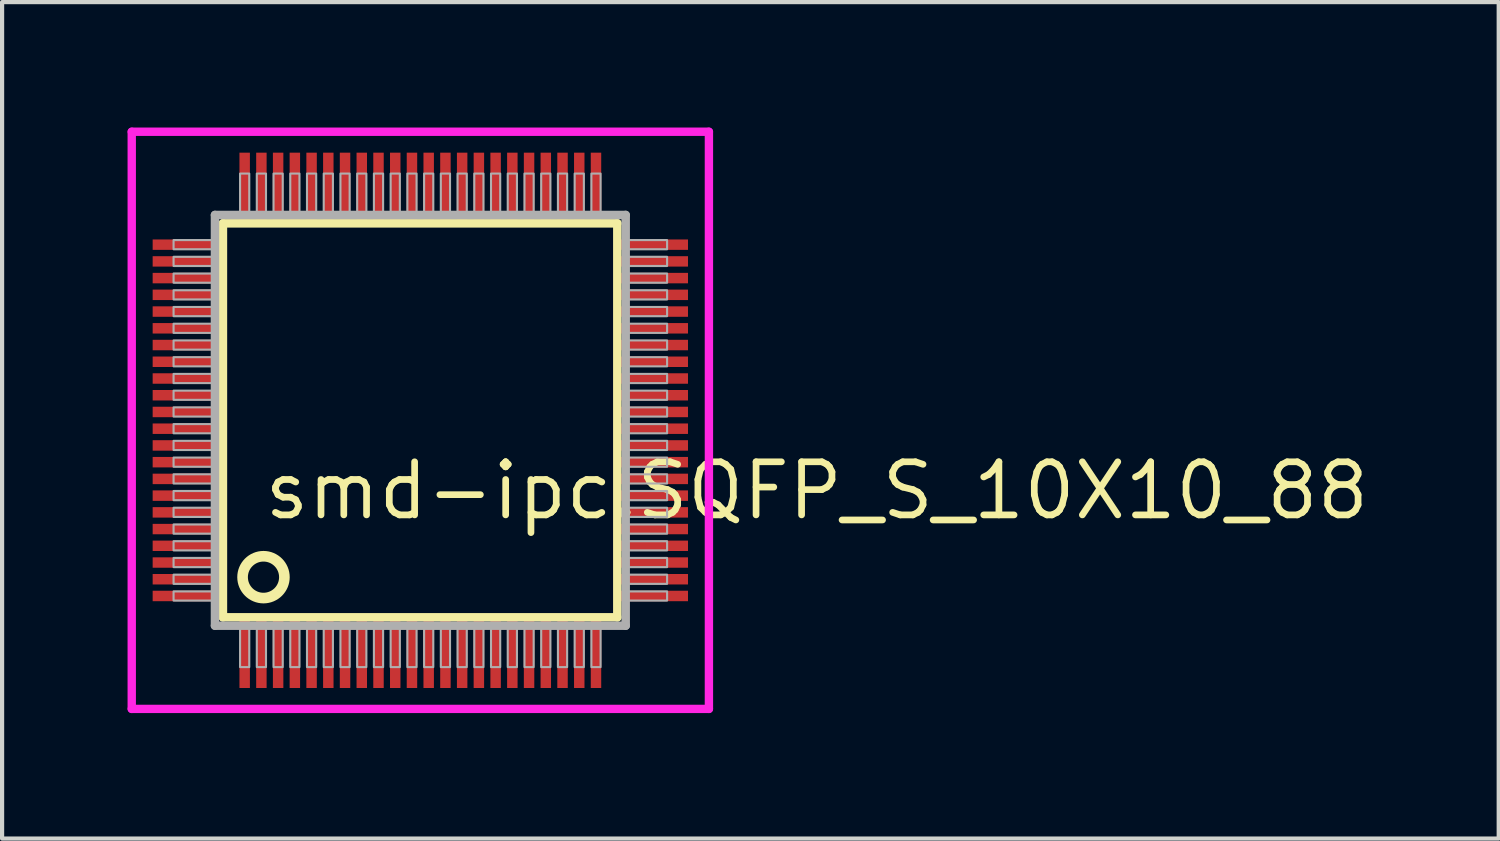
<source format=kicad_pcb>
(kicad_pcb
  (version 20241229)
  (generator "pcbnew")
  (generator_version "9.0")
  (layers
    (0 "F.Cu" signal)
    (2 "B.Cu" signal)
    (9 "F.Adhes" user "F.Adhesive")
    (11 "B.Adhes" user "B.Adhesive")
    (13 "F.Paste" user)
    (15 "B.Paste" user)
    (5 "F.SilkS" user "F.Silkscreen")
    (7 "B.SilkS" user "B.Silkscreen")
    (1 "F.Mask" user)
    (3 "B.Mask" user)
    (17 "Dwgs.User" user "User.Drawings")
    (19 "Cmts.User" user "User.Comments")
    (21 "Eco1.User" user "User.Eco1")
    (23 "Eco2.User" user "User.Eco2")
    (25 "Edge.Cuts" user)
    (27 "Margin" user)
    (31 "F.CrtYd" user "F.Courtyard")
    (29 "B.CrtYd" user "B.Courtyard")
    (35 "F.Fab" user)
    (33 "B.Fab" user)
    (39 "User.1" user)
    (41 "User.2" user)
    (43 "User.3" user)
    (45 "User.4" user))
  (footprint "smd-ipc.SQFP_S_10X10_88"
    (layer "F.Cu")
    (at 7 7)
    (property "Reference" "smd-ipc.SQFP_S_10X10_88" (at -3.81 2.425 0) (layer "F.SilkS") (effects (font (size 1.27 1.27) (thickness 0.16)) (justify left bottom)))
    (attr smd)
    (fp_line (start -4.72 -4.71) (end 4.71 -4.71) (stroke (width 0.203) (type default)) (layer "F.SilkS"))
    (fp_line (start -4.72 4.71) (end -4.72 -4.71) (stroke (width 0.203) (type default)) (layer "F.SilkS"))
    (fp_line (start 4.71 -4.71) (end 4.71 4.71) (stroke (width 0.203) (type default)) (layer "F.SilkS"))
    (fp_line (start 4.71 4.71) (end -4.72 4.71) (stroke (width 0.203) (type default)) (layer "F.SilkS"))
    (fp_circle (center -3.75 3.75) (end -3.25 3.75) (stroke (width 0.254) (type default)) (fill no) (layer "F.SilkS"))
    (fp_line (start -6.9 -6.9) (end 6.9 -6.9) (stroke (width 0.2) (type default)) (layer "F.CrtYd"))
    (fp_line (start -6.9 6.9) (end -6.9 -6.9) (stroke (width 0.2) (type default)) (layer "F.CrtYd"))
    (fp_line (start 6.9 -6.9) (end 6.9 6.9) (stroke (width 0.2) (type default)) (layer "F.CrtYd"))
    (fp_line (start 6.9 6.9) (end -6.9 6.9) (stroke (width 0.2) (type default)) (layer "F.CrtYd"))
    (fp_line (start -4.91 -4.91) (end -4.91 4.91) (stroke (width 0.203) (type default)) (layer "F.Fab"))
    (fp_line (start -4.91 4.91) (end 4.91 4.91) (stroke (width 0.203) (type default)) (layer "F.Fab"))
    (fp_line (start 4.91 -4.91) (end -4.91 -4.91) (stroke (width 0.203) (type default)) (layer "F.Fab"))
    (fp_line (start 4.91 4.91) (end 4.91 -4.91) (stroke (width 0.203) (type default)) (layer "F.Fab"))
    (fp_rect (start -5.9 -4.09) (end -4.95 -4.31) (stroke (width 0.05) (type default)) (fill no) (layer "F.Fab"))
    (fp_rect (start -5.9 -3.69) (end -4.95 -3.91) (stroke (width 0.05) (type default)) (fill no) (layer "F.Fab"))
    (fp_rect (start -5.9 -3.29) (end -4.95 -3.51) (stroke (width 0.05) (type default)) (fill no) (layer "F.Fab"))
    (fp_rect (start -5.9 -2.89) (end -4.95 -3.11) (stroke (width 0.05) (type default)) (fill no) (layer "F.Fab"))
    (fp_rect (start -5.9 -2.49) (end -4.95 -2.71) (stroke (width 0.05) (type default)) (fill no) (layer "F.Fab"))
    (fp_rect (start -5.9 -2.09) (end -4.95 -2.31) (stroke (width 0.05) (type default)) (fill no) (layer "F.Fab"))
    (fp_rect (start -5.9 -1.69) (end -4.95 -1.91) (stroke (width 0.05) (type default)) (fill no) (layer "F.Fab"))
    (fp_rect (start -5.9 -1.29) (end -4.95 -1.51) (stroke (width 0.05) (type default)) (fill no) (layer "F.Fab"))
    (fp_rect (start -5.9 -0.89) (end -4.95 -1.11) (stroke (width 0.05) (type default)) (fill no) (layer "F.Fab"))
    (fp_rect (start -5.9 -0.49) (end -4.95 -0.71) (stroke (width 0.05) (type default)) (fill no) (layer "F.Fab"))
    (fp_rect (start -5.9 -0.09) (end -4.95 -0.31) (stroke (width 0.05) (type default)) (fill no) (layer "F.Fab"))
    (fp_rect (start -5.9 0.31) (end -4.95 0.09) (stroke (width 0.05) (type default)) (fill no) (layer "F.Fab"))
    (fp_rect (start -5.9 0.71) (end -4.95 0.49) (stroke (width 0.05) (type default)) (fill no) (layer "F.Fab"))
    (fp_rect (start -5.9 1.11) (end -4.95 0.89) (stroke (width 0.05) (type default)) (fill no) (layer "F.Fab"))
    (fp_rect (start -5.9 1.51) (end -4.95 1.29) (stroke (width 0.05) (type default)) (fill no) (layer "F.Fab"))
    (fp_rect (start -5.9 1.91) (end -4.95 1.69) (stroke (width 0.05) (type default)) (fill no) (layer "F.Fab"))
    (fp_rect (start -5.9 2.31) (end -4.95 2.09) (stroke (width 0.05) (type default)) (fill no) (layer "F.Fab"))
    (fp_rect (start -5.9 2.71) (end -4.95 2.49) (stroke (width 0.05) (type default)) (fill no) (layer "F.Fab"))
    (fp_rect (start -5.9 3.11) (end -4.95 2.89) (stroke (width 0.05) (type default)) (fill no) (layer "F.Fab"))
    (fp_rect (start -5.9 3.51) (end -4.95 3.29) (stroke (width 0.05) (type default)) (fill no) (layer "F.Fab"))
    (fp_rect (start -5.9 3.91) (end -4.95 3.69) (stroke (width 0.05) (type default)) (fill no) (layer "F.Fab"))
    (fp_rect (start -5.9 4.31) (end -4.95 4.09) (stroke (width 0.05) (type default)) (fill no) (layer "F.Fab"))
    (fp_rect (start -4.31 -4.95) (end -4.09 -5.9) (stroke (width 0.05) (type default)) (fill no) (layer "F.Fab"))
    (fp_rect (start -4.31 5.9) (end -4.09 4.95) (stroke (width 0.05) (type default)) (fill no) (layer "F.Fab"))
    (fp_rect (start -3.91 -4.95) (end -3.69 -5.9) (stroke (width 0.05) (type default)) (fill no) (layer "F.Fab"))
    (fp_rect (start -3.91 5.9) (end -3.69 4.95) (stroke (width 0.05) (type default)) (fill no) (layer "F.Fab"))
    (fp_rect (start -3.51 -4.95) (end -3.29 -5.9) (stroke (width 0.05) (type default)) (fill no) (layer "F.Fab"))
    (fp_rect (start -3.51 5.9) (end -3.29 4.95) (stroke (width 0.05) (type default)) (fill no) (layer "F.Fab"))
    (fp_rect (start -3.11 -4.95) (end -2.89 -5.9) (stroke (width 0.05) (type default)) (fill no) (layer "F.Fab"))
    (fp_rect (start -3.11 5.9) (end -2.89 4.95) (stroke (width 0.05) (type default)) (fill no) (layer "F.Fab"))
    (fp_rect (start -2.71 -4.95) (end -2.49 -5.9) (stroke (width 0.05) (type default)) (fill no) (layer "F.Fab"))
    (fp_rect (start -2.71 5.9) (end -2.49 4.95) (stroke (width 0.05) (type default)) (fill no) (layer "F.Fab"))
    (fp_rect (start -2.31 -4.95) (end -2.09 -5.9) (stroke (width 0.05) (type default)) (fill no) (layer "F.Fab"))
    (fp_rect (start -2.31 5.9) (end -2.09 4.95) (stroke (width 0.05) (type default)) (fill no) (layer "F.Fab"))
    (fp_rect (start -1.91 -4.95) (end -1.69 -5.9) (stroke (width 0.05) (type default)) (fill no) (layer "F.Fab"))
    (fp_rect (start -1.91 5.9) (end -1.69 4.95) (stroke (width 0.05) (type default)) (fill no) (layer "F.Fab"))
    (fp_rect (start -1.51 -4.95) (end -1.29 -5.9) (stroke (width 0.05) (type default)) (fill no) (layer "F.Fab"))
    (fp_rect (start -1.51 5.9) (end -1.29 4.95) (stroke (width 0.05) (type default)) (fill no) (layer "F.Fab"))
    (fp_rect (start -1.11 -4.95) (end -0.89 -5.9) (stroke (width 0.05) (type default)) (fill no) (layer "F.Fab"))
    (fp_rect (start -1.11 5.9) (end -0.89 4.95) (stroke (width 0.05) (type default)) (fill no) (layer "F.Fab"))
    (fp_rect (start -0.71 -4.95) (end -0.49 -5.9) (stroke (width 0.05) (type default)) (fill no) (layer "F.Fab"))
    (fp_rect (start -0.71 5.9) (end -0.49 4.95) (stroke (width 0.05) (type default)) (fill no) (layer "F.Fab"))
    (fp_rect (start -0.31 -4.95) (end -0.09 -5.9) (stroke (width 0.05) (type default)) (fill no) (layer "F.Fab"))
    (fp_rect (start -0.31 5.9) (end -0.09 4.95) (stroke (width 0.05) (type default)) (fill no) (layer "F.Fab"))
    (fp_rect (start 0.09 -4.95) (end 0.31 -5.9) (stroke (width 0.05) (type default)) (fill no) (layer "F.Fab"))
    (fp_rect (start 0.09 5.9) (end 0.31 4.95) (stroke (width 0.05) (type default)) (fill no) (layer "F.Fab"))
    (fp_rect (start 0.49 -4.95) (end 0.71 -5.9) (stroke (width 0.05) (type default)) (fill no) (layer "F.Fab"))
    (fp_rect (start 0.49 5.9) (end 0.71 4.95) (stroke (width 0.05) (type default)) (fill no) (layer "F.Fab"))
    (fp_rect (start 0.89 -4.95) (end 1.11 -5.9) (stroke (width 0.05) (type default)) (fill no) (layer "F.Fab"))
    (fp_rect (start 0.89 5.9) (end 1.11 4.95) (stroke (width 0.05) (type default)) (fill no) (layer "F.Fab"))
    (fp_rect (start 1.29 -4.95) (end 1.51 -5.9) (stroke (width 0.05) (type default)) (fill no) (layer "F.Fab"))
    (fp_rect (start 1.29 5.9) (end 1.51 4.95) (stroke (width 0.05) (type default)) (fill no) (layer "F.Fab"))
    (fp_rect (start 1.69 -4.95) (end 1.91 -5.9) (stroke (width 0.05) (type default)) (fill no) (layer "F.Fab"))
    (fp_rect (start 1.69 5.9) (end 1.91 4.95) (stroke (width 0.05) (type default)) (fill no) (layer "F.Fab"))
    (fp_rect (start 2.09 -4.95) (end 2.31 -5.9) (stroke (width 0.05) (type default)) (fill no) (layer "F.Fab"))
    (fp_rect (start 2.09 5.9) (end 2.31 4.95) (stroke (width 0.05) (type default)) (fill no) (layer "F.Fab"))
    (fp_rect (start 2.49 -4.95) (end 2.71 -5.9) (stroke (width 0.05) (type default)) (fill no) (layer "F.Fab"))
    (fp_rect (start 2.49 5.9) (end 2.71 4.95) (stroke (width 0.05) (type default)) (fill no) (layer "F.Fab"))
    (fp_rect (start 2.89 -4.95) (end 3.11 -5.9) (stroke (width 0.05) (type default)) (fill no) (layer "F.Fab"))
    (fp_rect (start 2.89 5.9) (end 3.11 4.95) (stroke (width 0.05) (type default)) (fill no) (layer "F.Fab"))
    (fp_rect (start 3.29 -4.95) (end 3.51 -5.9) (stroke (width 0.05) (type default)) (fill no) (layer "F.Fab"))
    (fp_rect (start 3.29 5.9) (end 3.51 4.95) (stroke (width 0.05) (type default)) (fill no) (layer "F.Fab"))
    (fp_rect (start 3.69 -4.95) (end 3.91 -5.9) (stroke (width 0.05) (type default)) (fill no) (layer "F.Fab"))
    (fp_rect (start 3.69 5.9) (end 3.91 4.95) (stroke (width 0.05) (type default)) (fill no) (layer "F.Fab"))
    (fp_rect (start 4.09 -4.95) (end 4.31 -5.9) (stroke (width 0.05) (type default)) (fill no) (layer "F.Fab"))
    (fp_rect (start 4.09 5.9) (end 4.31 4.95) (stroke (width 0.05) (type default)) (fill no) (layer "F.Fab"))
    (fp_rect (start 4.95 -4.09) (end 5.9 -4.31) (stroke (width 0.05) (type default)) (fill no) (layer "F.Fab"))
    (fp_rect (start 4.95 -3.69) (end 5.9 -3.91) (stroke (width 0.05) (type default)) (fill no) (layer "F.Fab"))
    (fp_rect (start 4.95 -3.29) (end 5.9 -3.51) (stroke (width 0.05) (type default)) (fill no) (layer "F.Fab"))
    (fp_rect (start 4.95 -2.89) (end 5.9 -3.11) (stroke (width 0.05) (type default)) (fill no) (layer "F.Fab"))
    (fp_rect (start 4.95 -2.49) (end 5.9 -2.71) (stroke (width 0.05) (type default)) (fill no) (layer "F.Fab"))
    (fp_rect (start 4.95 -2.09) (end 5.9 -2.31) (stroke (width 0.05) (type default)) (fill no) (layer "F.Fab"))
    (fp_rect (start 4.95 -1.69) (end 5.9 -1.91) (stroke (width 0.05) (type default)) (fill no) (layer "F.Fab"))
    (fp_rect (start 4.95 -1.29) (end 5.9 -1.51) (stroke (width 0.05) (type default)) (fill no) (layer "F.Fab"))
    (fp_rect (start 4.95 -0.89) (end 5.9 -1.11) (stroke (width 0.05) (type default)) (fill no) (layer "F.Fab"))
    (fp_rect (start 4.95 -0.49) (end 5.9 -0.71) (stroke (width 0.05) (type default)) (fill no) (layer "F.Fab"))
    (fp_rect (start 4.95 -0.09) (end 5.9 -0.31) (stroke (width 0.05) (type default)) (fill no) (layer "F.Fab"))
    (fp_rect (start 4.95 0.31) (end 5.9 0.09) (stroke (width 0.05) (type default)) (fill no) (layer "F.Fab"))
    (fp_rect (start 4.95 0.71) (end 5.9 0.49) (stroke (width 0.05) (type default)) (fill no) (layer "F.Fab"))
    (fp_rect (start 4.95 1.11) (end 5.9 0.89) (stroke (width 0.05) (type default)) (fill no) (layer "F.Fab"))
    (fp_rect (start 4.95 1.51) (end 5.9 1.29) (stroke (width 0.05) (type default)) (fill no) (layer "F.Fab"))
    (fp_rect (start 4.95 1.91) (end 5.9 1.69) (stroke (width 0.05) (type default)) (fill no) (layer "F.Fab"))
    (fp_rect (start 4.95 2.31) (end 5.9 2.09) (stroke (width 0.05) (type default)) (fill no) (layer "F.Fab"))
    (fp_rect (start 4.95 2.71) (end 5.9 2.49) (stroke (width 0.05) (type default)) (fill no) (layer "F.Fab"))
    (fp_rect (start 4.95 3.11) (end 5.9 2.89) (stroke (width 0.05) (type default)) (fill no) (layer "F.Fab"))
    (fp_rect (start 4.95 3.51) (end 5.9 3.29) (stroke (width 0.05) (type default)) (fill no) (layer "F.Fab"))
    (fp_rect (start 4.95 3.91) (end 5.9 3.69) (stroke (width 0.05) (type default)) (fill no) (layer "F.Fab"))
    (fp_rect (start 4.95 4.31) (end 5.9 4.09) (stroke (width 0.05) (type default)) (fill no) (layer "F.Fab"))
    (pad "1" smd roundrect (at -4.2 5.6) (size 0.25 1.6) (layers "F.Cu" "F.Mask" "F.Paste") (roundrect_rratio 0.01))
    (pad "2" smd roundrect (at -3.8 5.6) (size 0.25 1.6) (layers "F.Cu" "F.Mask" "F.Paste") (roundrect_rratio 0.01))
    (pad "3" smd roundrect (at -3.4 5.6) (size 0.25 1.6) (layers "F.Cu" "F.Mask" "F.Paste") (roundrect_rratio 0.01))
    (pad "4" smd roundrect (at -3 5.6) (size 0.25 1.6) (layers "F.Cu" "F.Mask" "F.Paste") (roundrect_rratio 0.01))
    (pad "5" smd roundrect (at -2.6 5.6) (size 0.25 1.6) (layers "F.Cu" "F.Mask" "F.Paste") (roundrect_rratio 0.01))
    (pad "6" smd roundrect (at -2.2 5.6) (size 0.25 1.6) (layers "F.Cu" "F.Mask" "F.Paste") (roundrect_rratio 0.01))
    (pad "7" smd roundrect (at -1.8 5.6) (size 0.25 1.6) (layers "F.Cu" "F.Mask" "F.Paste") (roundrect_rratio 0.01))
    (pad "8" smd roundrect (at -1.4 5.6) (size 0.25 1.6) (layers "F.Cu" "F.Mask" "F.Paste") (roundrect_rratio 0.01))
    (pad "9" smd roundrect (at -1 5.6) (size 0.25 1.6) (layers "F.Cu" "F.Mask" "F.Paste") (roundrect_rratio 0.01))
    (pad "10" smd roundrect (at -0.6 5.6) (size 0.25 1.6) (layers "F.Cu" "F.Mask" "F.Paste") (roundrect_rratio 0.01))
    (pad "11" smd roundrect (at -0.2 5.6) (size 0.25 1.6) (layers "F.Cu" "F.Mask" "F.Paste") (roundrect_rratio 0.01))
    (pad "12" smd roundrect (at 0.2 5.6) (size 0.25 1.6) (layers "F.Cu" "F.Mask" "F.Paste") (roundrect_rratio 0.01))
    (pad "13" smd roundrect (at 0.6 5.6) (size 0.25 1.6) (layers "F.Cu" "F.Mask" "F.Paste") (roundrect_rratio 0.01))
    (pad "14" smd roundrect (at 1 5.6) (size 0.25 1.6) (layers "F.Cu" "F.Mask" "F.Paste") (roundrect_rratio 0.01))
    (pad "15" smd roundrect (at 1.4 5.6) (size 0.25 1.6) (layers "F.Cu" "F.Mask" "F.Paste") (roundrect_rratio 0.01))
    (pad "16" smd roundrect (at 1.8 5.6) (size 0.25 1.6) (layers "F.Cu" "F.Mask" "F.Paste") (roundrect_rratio 0.01))
    (pad "17" smd roundrect (at 2.2 5.6) (size 0.25 1.6) (layers "F.Cu" "F.Mask" "F.Paste") (roundrect_rratio 0.01))
    (pad "18" smd roundrect (at 2.6 5.6) (size 0.25 1.6) (layers "F.Cu" "F.Mask" "F.Paste") (roundrect_rratio 0.01))
    (pad "19" smd roundrect (at 3 5.6) (size 0.25 1.6) (layers "F.Cu" "F.Mask" "F.Paste") (roundrect_rratio 0.01))
    (pad "20" smd roundrect (at 3.4 5.6) (size 0.25 1.6) (layers "F.Cu" "F.Mask" "F.Paste") (roundrect_rratio 0.01))
    (pad "21" smd roundrect (at 3.8 5.6) (size 0.25 1.6) (layers "F.Cu" "F.Mask" "F.Paste") (roundrect_rratio 0.01))
    (pad "22" smd roundrect (at 4.2 5.6) (size 0.25 1.6) (layers "F.Cu" "F.Mask" "F.Paste") (roundrect_rratio 0.01))
    (pad "23" smd roundrect (at 5.6 4.2) (size 1.6 0.25) (layers "F.Cu" "F.Mask" "F.Paste") (roundrect_rratio 0.01))
    (pad "24" smd roundrect (at 5.6 3.8) (size 1.6 0.25) (layers "F.Cu" "F.Mask" "F.Paste") (roundrect_rratio 0.01))
    (pad "25" smd roundrect (at 5.6 3.4) (size 1.6 0.25) (layers "F.Cu" "F.Mask" "F.Paste") (roundrect_rratio 0.01))
    (pad "26" smd roundrect (at 5.6 3) (size 1.6 0.25) (layers "F.Cu" "F.Mask" "F.Paste") (roundrect_rratio 0.01))
    (pad "27" smd roundrect (at 5.6 2.6) (size 1.6 0.25) (layers "F.Cu" "F.Mask" "F.Paste") (roundrect_rratio 0.01))
    (pad "28" smd roundrect (at 5.6 2.2) (size 1.6 0.25) (layers "F.Cu" "F.Mask" "F.Paste") (roundrect_rratio 0.01))
    (pad "29" smd roundrect (at 5.6 1.8) (size 1.6 0.25) (layers "F.Cu" "F.Mask" "F.Paste") (roundrect_rratio 0.01))
    (pad "30" smd roundrect (at 5.6 1.4) (size 1.6 0.25) (layers "F.Cu" "F.Mask" "F.Paste") (roundrect_rratio 0.01))
    (pad "31" smd roundrect (at 5.6 1) (size 1.6 0.25) (layers "F.Cu" "F.Mask" "F.Paste") (roundrect_rratio 0.01))
    (pad "32" smd roundrect (at 5.6 0.6) (size 1.6 0.25) (layers "F.Cu" "F.Mask" "F.Paste") (roundrect_rratio 0.01))
    (pad "33" smd roundrect (at 5.6 0.2) (size 1.6 0.25) (layers "F.Cu" "F.Mask" "F.Paste") (roundrect_rratio 0.01))
    (pad "34" smd roundrect (at 5.6 -0.2) (size 1.6 0.25) (layers "F.Cu" "F.Mask" "F.Paste") (roundrect_rratio 0.01))
    (pad "35" smd roundrect (at 5.6 -0.6) (size 1.6 0.25) (layers "F.Cu" "F.Mask" "F.Paste") (roundrect_rratio 0.01))
    (pad "36" smd roundrect (at 5.6 -1) (size 1.6 0.25) (layers "F.Cu" "F.Mask" "F.Paste") (roundrect_rratio 0.01))
    (pad "37" smd roundrect (at 5.6 -1.4) (size 1.6 0.25) (layers "F.Cu" "F.Mask" "F.Paste") (roundrect_rratio 0.01))
    (pad "38" smd roundrect (at 5.6 -1.8) (size 1.6 0.25) (layers "F.Cu" "F.Mask" "F.Paste") (roundrect_rratio 0.01))
    (pad "39" smd roundrect (at 5.6 -2.2) (size 1.6 0.25) (layers "F.Cu" "F.Mask" "F.Paste") (roundrect_rratio 0.01))
    (pad "40" smd roundrect (at 5.6 -2.6) (size 1.6 0.25) (layers "F.Cu" "F.Mask" "F.Paste") (roundrect_rratio 0.01))
    (pad "41" smd roundrect (at 5.6 -3) (size 1.6 0.25) (layers "F.Cu" "F.Mask" "F.Paste") (roundrect_rratio 0.01))
    (pad "42" smd roundrect (at 5.6 -3.4) (size 1.6 0.25) (layers "F.Cu" "F.Mask" "F.Paste") (roundrect_rratio 0.01))
    (pad "43" smd roundrect (at 5.6 -3.8) (size 1.6 0.25) (layers "F.Cu" "F.Mask" "F.Paste") (roundrect_rratio 0.01))
    (pad "44" smd roundrect (at 5.6 -4.2) (size 1.6 0.25) (layers "F.Cu" "F.Mask" "F.Paste") (roundrect_rratio 0.01))
    (pad "45" smd roundrect (at 4.2 -5.6) (size 0.25 1.6) (layers "F.Cu" "F.Mask" "F.Paste") (roundrect_rratio 0.01))
    (pad "46" smd roundrect (at 3.8 -5.6) (size 0.25 1.6) (layers "F.Cu" "F.Mask" "F.Paste") (roundrect_rratio 0.01))
    (pad "47" smd roundrect (at 3.4 -5.6) (size 0.25 1.6) (layers "F.Cu" "F.Mask" "F.Paste") (roundrect_rratio 0.01))
    (pad "48" smd roundrect (at 3 -5.6) (size 0.25 1.6) (layers "F.Cu" "F.Mask" "F.Paste") (roundrect_rratio 0.01))
    (pad "49" smd roundrect (at 2.6 -5.6) (size 0.25 1.6) (layers "F.Cu" "F.Mask" "F.Paste") (roundrect_rratio 0.01))
    (pad "50" smd roundrect (at 2.2 -5.6) (size 0.25 1.6) (layers "F.Cu" "F.Mask" "F.Paste") (roundrect_rratio 0.01))
    (pad "51" smd roundrect (at 1.8 -5.6) (size 0.25 1.6) (layers "F.Cu" "F.Mask" "F.Paste") (roundrect_rratio 0.01))
    (pad "52" smd roundrect (at 1.4 -5.6) (size 0.25 1.6) (layers "F.Cu" "F.Mask" "F.Paste") (roundrect_rratio 0.01))
    (pad "53" smd roundrect (at 1 -5.6) (size 0.25 1.6) (layers "F.Cu" "F.Mask" "F.Paste") (roundrect_rratio 0.01))
    (pad "54" smd roundrect (at 0.6 -5.6) (size 0.25 1.6) (layers "F.Cu" "F.Mask" "F.Paste") (roundrect_rratio 0.01))
    (pad "55" smd roundrect (at 0.2 -5.6) (size 0.25 1.6) (layers "F.Cu" "F.Mask" "F.Paste") (roundrect_rratio 0.01))
    (pad "56" smd roundrect (at -0.2 -5.6) (size 0.25 1.6) (layers "F.Cu" "F.Mask" "F.Paste") (roundrect_rratio 0.01))
    (pad "57" smd roundrect (at -0.6 -5.6) (size 0.25 1.6) (layers "F.Cu" "F.Mask" "F.Paste") (roundrect_rratio 0.01))
    (pad "58" smd roundrect (at -1 -5.6) (size 0.25 1.6) (layers "F.Cu" "F.Mask" "F.Paste") (roundrect_rratio 0.01))
    (pad "59" smd roundrect (at -1.4 -5.6) (size 0.25 1.6) (layers "F.Cu" "F.Mask" "F.Paste") (roundrect_rratio 0.01))
    (pad "60" smd roundrect (at -1.8 -5.6) (size 0.25 1.6) (layers "F.Cu" "F.Mask" "F.Paste") (roundrect_rratio 0.01))
    (pad "61" smd roundrect (at -2.2 -5.6) (size 0.25 1.6) (layers "F.Cu" "F.Mask" "F.Paste") (roundrect_rratio 0.01))
    (pad "62" smd roundrect (at -2.6 -5.6) (size 0.25 1.6) (layers "F.Cu" "F.Mask" "F.Paste") (roundrect_rratio 0.01))
    (pad "63" smd roundrect (at -3 -5.6) (size 0.25 1.6) (layers "F.Cu" "F.Mask" "F.Paste") (roundrect_rratio 0.01))
    (pad "64" smd roundrect (at -3.4 -5.6) (size 0.25 1.6) (layers "F.Cu" "F.Mask" "F.Paste") (roundrect_rratio 0.01))
    (pad "65" smd roundrect (at -3.8 -5.6) (size 0.25 1.6) (layers "F.Cu" "F.Mask" "F.Paste") (roundrect_rratio 0.01))
    (pad "66" smd roundrect (at -4.2 -5.6) (size 0.25 1.6) (layers "F.Cu" "F.Mask" "F.Paste") (roundrect_rratio 0.01))
    (pad "67" smd roundrect (at -5.6 -4.2) (size 1.6 0.25) (layers "F.Cu" "F.Mask" "F.Paste") (roundrect_rratio 0.01))
    (pad "68" smd roundrect (at -5.6 -3.8) (size 1.6 0.25) (layers "F.Cu" "F.Mask" "F.Paste") (roundrect_rratio 0.01))
    (pad "69" smd roundrect (at -5.6 -3.4) (size 1.6 0.25) (layers "F.Cu" "F.Mask" "F.Paste") (roundrect_rratio 0.01))
    (pad "70" smd roundrect (at -5.6 -3) (size 1.6 0.25) (layers "F.Cu" "F.Mask" "F.Paste") (roundrect_rratio 0.01))
    (pad "71" smd roundrect (at -5.6 -2.6) (size 1.6 0.25) (layers "F.Cu" "F.Mask" "F.Paste") (roundrect_rratio 0.01))
    (pad "72" smd roundrect (at -5.6 -2.2) (size 1.6 0.25) (layers "F.Cu" "F.Mask" "F.Paste") (roundrect_rratio 0.01))
    (pad "73" smd roundrect (at -5.6 -1.8) (size 1.6 0.25) (layers "F.Cu" "F.Mask" "F.Paste") (roundrect_rratio 0.01))
    (pad "74" smd roundrect (at -5.6 -1.4) (size 1.6 0.25) (layers "F.Cu" "F.Mask" "F.Paste") (roundrect_rratio 0.01))
    (pad "75" smd roundrect (at -5.6 -1) (size 1.6 0.25) (layers "F.Cu" "F.Mask" "F.Paste") (roundrect_rratio 0.01))
    (pad "76" smd roundrect (at -5.6 -0.6) (size 1.6 0.25) (layers "F.Cu" "F.Mask" "F.Paste") (roundrect_rratio 0.01))
    (pad "77" smd roundrect (at -5.6 -0.2) (size 1.6 0.25) (layers "F.Cu" "F.Mask" "F.Paste") (roundrect_rratio 0.01))
    (pad "78" smd roundrect (at -5.6 0.2) (size 1.6 0.25) (layers "F.Cu" "F.Mask" "F.Paste") (roundrect_rratio 0.01))
    (pad "79" smd roundrect (at -5.6 0.6) (size 1.6 0.25) (layers "F.Cu" "F.Mask" "F.Paste") (roundrect_rratio 0.01))
    (pad "80" smd roundrect (at -5.6 1) (size 1.6 0.25) (layers "F.Cu" "F.Mask" "F.Paste") (roundrect_rratio 0.01))
    (pad "81" smd roundrect (at -5.6 1.4) (size 1.6 0.25) (layers "F.Cu" "F.Mask" "F.Paste") (roundrect_rratio 0.01))
    (pad "82" smd roundrect (at -5.6 1.8) (size 1.6 0.25) (layers "F.Cu" "F.Mask" "F.Paste") (roundrect_rratio 0.01))
    (pad "83" smd roundrect (at -5.6 2.2) (size 1.6 0.25) (layers "F.Cu" "F.Mask" "F.Paste") (roundrect_rratio 0.01))
    (pad "84" smd roundrect (at -5.6 2.6) (size 1.6 0.25) (layers "F.Cu" "F.Mask" "F.Paste") (roundrect_rratio 0.01))
    (pad "85" smd roundrect (at -5.6 3) (size 1.6 0.25) (layers "F.Cu" "F.Mask" "F.Paste") (roundrect_rratio 0.01))
    (pad "86" smd roundrect (at -5.6 3.4) (size 1.6 0.25) (layers "F.Cu" "F.Mask" "F.Paste") (roundrect_rratio 0.01))
    (pad "87" smd roundrect (at -5.6 3.8) (size 1.6 0.25) (layers "F.Cu" "F.Mask" "F.Paste") (roundrect_rratio 0.01))
    (pad "88" smd roundrect (at -5.6 4.2) (size 1.6 0.25) (layers "F.Cu" "F.Mask" "F.Paste") (roundrect_rratio 0.01)))
  (gr_rect
    (start -3 -3)
    (end 32.784 17)
    (stroke (width 0.1) (type default))
    (fill no)
    (layer "Edge.Cuts")))
</source>
